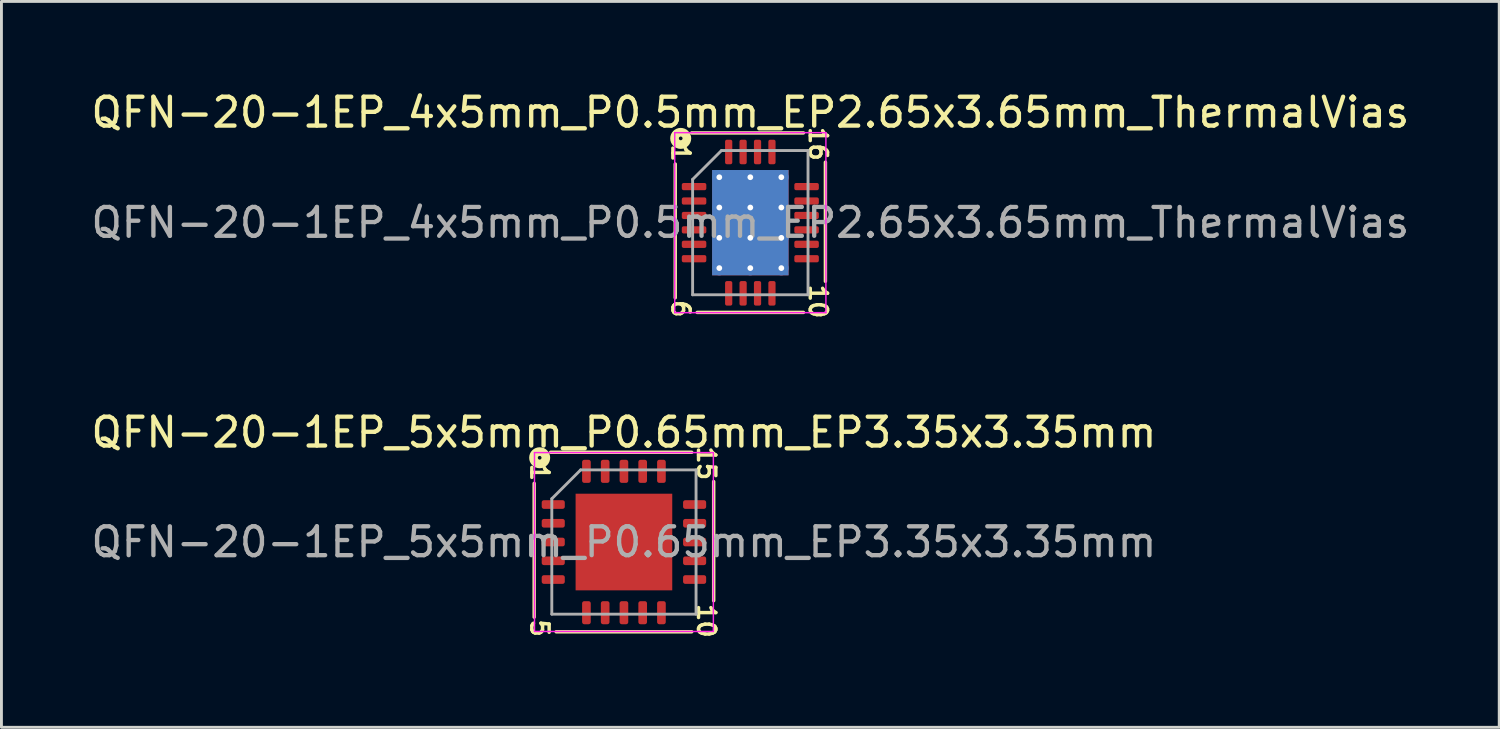
<source format=kicad_pcb>
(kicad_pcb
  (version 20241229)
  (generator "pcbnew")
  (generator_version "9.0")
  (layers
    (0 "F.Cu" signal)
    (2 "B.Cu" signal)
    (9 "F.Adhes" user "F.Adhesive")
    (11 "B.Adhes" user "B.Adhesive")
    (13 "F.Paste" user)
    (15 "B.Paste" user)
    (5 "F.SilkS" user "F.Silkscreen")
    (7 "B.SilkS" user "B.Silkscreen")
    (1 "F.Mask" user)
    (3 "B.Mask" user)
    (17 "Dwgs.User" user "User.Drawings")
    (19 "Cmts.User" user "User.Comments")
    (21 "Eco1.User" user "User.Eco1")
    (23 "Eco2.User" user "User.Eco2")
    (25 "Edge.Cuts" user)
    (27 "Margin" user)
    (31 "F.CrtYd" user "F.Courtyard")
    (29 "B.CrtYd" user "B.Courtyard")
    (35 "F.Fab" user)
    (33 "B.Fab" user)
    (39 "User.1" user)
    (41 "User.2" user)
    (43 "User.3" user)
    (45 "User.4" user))
  (footprint "QFN-20-1EP_5x5mm_P0.65mm_EP3.35x3.35mm"
    (layer "F.Cu")
    (at 18.577 15.738)
    (property "Reference" "QFN-20-1EP_5x5mm_P0.65mm_EP3.35x3.35mm" (at 0 -3.8 0) (layer "F.SilkS") (effects (font (size 1 1) (thickness 0.15))))
    (attr smd)
    (fp_line (start -3.111 -2.032) (end -3.111 2.603) (stroke (width 0.12) (type solid)) (layer "F.SilkS"))
    (fp_line (start -2.349 3.111) (end 2.349 3.111) (stroke (width 0.12) (type solid)) (layer "F.SilkS"))
    (fp_line (start 2.349 -3.111) (end -2.54 -3.111) (stroke (width 0.12) (type solid)) (layer "F.SilkS"))
    (fp_line (start 3.111 2.032) (end 3.111 -2.095) (stroke (width 0.12) (type solid)) (layer "F.SilkS"))
    (fp_circle (center -2.921 -2.921) (end -2.857 -2.921) (stroke (width 0.3) (type solid)) (fill no) (layer "F.SilkS"))
    (fp_line (start -3.1 -3.1) (end -3.1 3.1) (stroke (width 0.05) (type solid)) (layer "F.CrtYd"))
    (fp_line (start -3.1 3.1) (end 3.1 3.1) (stroke (width 0.05) (type solid)) (layer "F.CrtYd"))
    (fp_line (start 3.1 -3.1) (end -3.1 -3.1) (stroke (width 0.05) (type solid)) (layer "F.CrtYd"))
    (fp_line (start 3.1 3.1) (end 3.1 -3.1) (stroke (width 0.05) (type solid)) (layer "F.CrtYd"))
    (fp_line (start -2.5 -1.5) (end -1.5 -2.5) (stroke (width 0.1) (type solid)) (layer "F.Fab"))
    (fp_line (start -2.5 2.5) (end -2.5 -1.5) (stroke (width 0.1) (type solid)) (layer "F.Fab"))
    (fp_line (start -1.5 -2.5) (end 2.5 -2.5) (stroke (width 0.1) (type solid)) (layer "F.Fab"))
    (fp_line (start 2.5 -2.5) (end 2.5 2.5) (stroke (width 0.1) (type solid)) (layer "F.Fab"))
    (fp_line (start 2.5 2.5) (end -2.5 2.5) (stroke (width 0.1) (type solid)) (layer "F.Fab"))
    (fp_text user "15" (at 2.857 -2.731 270) (unlocked yes) (layer "F.SilkS") (effects (font (size 0.6 0.6) (thickness 0.12))))
    (fp_text user "10" (at 2.857 2.731 270) (unlocked yes) (layer "F.SilkS") (effects (font (size 0.6 0.6) (thickness 0.12))))
    (fp_text user "1" (at -2.921 -2.413 270) (unlocked yes) (layer "F.SilkS") (effects (font (size 0.6 0.6) (thickness 0.12))))
    (fp_text user "5" (at -2.921 2.985 270) (unlocked yes) (layer "F.SilkS") (effects (font (size 0.6 0.6) (thickness 0.12))))
    (fp_text user "${REFERENCE}" (at 0 0 0) (layer "F.Fab") (effects (font (size 1 1) (thickness 0.15))))
    (pad "" smd roundrect (at -0.84 -0.84) (size 1.35 1.35) (layers "F.Paste") (roundrect_rratio 0.185))
    (pad "" smd roundrect (at -0.84 0.84) (size 1.35 1.35) (layers "F.Paste") (roundrect_rratio 0.185))
    (pad "" smd roundrect (at 0.84 -0.84) (size 1.35 1.35) (layers "F.Paste") (roundrect_rratio 0.185))
    (pad "" smd roundrect (at 0.84 0.84) (size 1.35 1.35) (layers "F.Paste") (roundrect_rratio 0.185))
    (pad "1" smd roundrect (at -2.45 -1.3) (size 0.8 0.3) (layers "F.Cu" "F.Mask" "F.Paste") (roundrect_rratio 0.25))
    (pad "2" smd roundrect (at -2.45 -0.65) (size 0.8 0.3) (layers "F.Cu" "F.Mask" "F.Paste") (roundrect_rratio 0.25))
    (pad "3" smd roundrect (at -2.45 0) (size 0.8 0.3) (layers "F.Cu" "F.Mask" "F.Paste") (roundrect_rratio 0.25))
    (pad "4" smd roundrect (at -2.45 0.65) (size 0.8 0.3) (layers "F.Cu" "F.Mask" "F.Paste") (roundrect_rratio 0.25))
    (pad "5" smd roundrect (at -2.45 1.3) (size 0.8 0.3) (layers "F.Cu" "F.Mask" "F.Paste") (roundrect_rratio 0.25))
    (pad "6" smd roundrect (at -1.3 2.45) (size 0.3 0.8) (layers "F.Cu" "F.Mask" "F.Paste") (roundrect_rratio 0.25))
    (pad "7" smd roundrect (at -0.65 2.45) (size 0.3 0.8) (layers "F.Cu" "F.Mask" "F.Paste") (roundrect_rratio 0.25))
    (pad "8" smd roundrect (at 0 2.45) (size 0.3 0.8) (layers "F.Cu" "F.Mask" "F.Paste") (roundrect_rratio 0.25))
    (pad "9" smd roundrect (at 0.65 2.45) (size 0.3 0.8) (layers "F.Cu" "F.Mask" "F.Paste") (roundrect_rratio 0.25))
    (pad "10" smd roundrect (at 1.3 2.45) (size 0.3 0.8) (layers "F.Cu" "F.Mask" "F.Paste") (roundrect_rratio 0.25))
    (pad "11" smd roundrect (at 2.45 1.3) (size 0.8 0.3) (layers "F.Cu" "F.Mask" "F.Paste") (roundrect_rratio 0.25))
    (pad "12" smd roundrect (at 2.45 0.65) (size 0.8 0.3) (layers "F.Cu" "F.Mask" "F.Paste") (roundrect_rratio 0.25))
    (pad "13" smd roundrect (at 2.45 0) (size 0.8 0.3) (layers "F.Cu" "F.Mask" "F.Paste") (roundrect_rratio 0.25))
    (pad "14" smd roundrect (at 2.45 -0.65) (size 0.8 0.3) (layers "F.Cu" "F.Mask" "F.Paste") (roundrect_rratio 0.25))
    (pad "15" smd roundrect (at 2.45 -1.3) (size 0.8 0.3) (layers "F.Cu" "F.Mask" "F.Paste") (roundrect_rratio 0.25))
    (pad "16" smd roundrect (at 1.3 -2.45) (size 0.3 0.8) (layers "F.Cu" "F.Mask" "F.Paste") (roundrect_rratio 0.25))
    (pad "17" smd roundrect (at 0.65 -2.45) (size 0.3 0.8) (layers "F.Cu" "F.Mask" "F.Paste") (roundrect_rratio 0.25))
    (pad "18" smd roundrect (at 0 -2.45) (size 0.3 0.8) (layers "F.Cu" "F.Mask" "F.Paste") (roundrect_rratio 0.25))
    (pad "19" smd roundrect (at -0.65 -2.45) (size 0.3 0.8) (layers "F.Cu" "F.Mask" "F.Paste") (roundrect_rratio 0.25))
    (pad "20" smd roundrect (at -1.3 -2.45) (size 0.3 0.8) (layers "F.Cu" "F.Mask" "F.Paste") (roundrect_rratio 0.25))
    (pad "21" smd rect (at 0 0) (size 3.35 3.35) (layers "F.Cu" "F.Mask")))
  (footprint "QFN-20-1EP_4x5mm_P0.5mm_EP2.65x3.65mm_ThermalVias"
    (layer "F.Cu")
    (at 22.958 4.668)
    (property "Reference" "QFN-20-1EP_4x5mm_P0.5mm_EP2.65x3.65mm_ThermalVias" (at 0 -3.82 0) (layer "F.SilkS") (effects (font (size 1 1) (thickness 0.15))))
    (attr smd)
    (fp_line (start -2.603 -2.032) (end -2.603 2.603) (stroke (width 0.12) (type solid)) (layer "F.SilkS"))
    (fp_line (start -1.841 3.111) (end 1.841 3.111) (stroke (width 0.12) (type solid)) (layer "F.SilkS"))
    (fp_line (start 1.841 -3.111) (end -2.032 -3.111) (stroke (width 0.12) (type solid)) (layer "F.SilkS"))
    (fp_line (start 2.603 2.032) (end 2.603 -2.095) (stroke (width 0.12) (type solid)) (layer "F.SilkS"))
    (fp_circle (center -2.413 -2.921) (end -2.349 -2.921) (stroke (width 0.3) (type solid)) (fill no) (layer "F.SilkS"))
    (fp_line (start -2.62 -3.12) (end -2.62 3.12) (stroke (width 0.05) (type solid)) (layer "F.CrtYd"))
    (fp_line (start -2.62 3.12) (end 2.62 3.12) (stroke (width 0.05) (type solid)) (layer "F.CrtYd"))
    (fp_line (start 2.62 -3.12) (end -2.62 -3.12) (stroke (width 0.05) (type solid)) (layer "F.CrtYd"))
    (fp_line (start 2.62 3.12) (end 2.62 -3.12) (stroke (width 0.05) (type solid)) (layer "F.CrtYd"))
    (fp_line (start -2 -1.5) (end -1 -2.5) (stroke (width 0.1) (type solid)) (layer "F.Fab"))
    (fp_line (start -2 2.5) (end -2 -1.5) (stroke (width 0.1) (type solid)) (layer "F.Fab"))
    (fp_line (start -1 -2.5) (end 2 -2.5) (stroke (width 0.1) (type solid)) (layer "F.Fab"))
    (fp_line (start 2 -2.5) (end 2 2.5) (stroke (width 0.1) (type solid)) (layer "F.Fab"))
    (fp_line (start 2 2.5) (end -2 2.5) (stroke (width 0.1) (type solid)) (layer "F.Fab"))
    (fp_text user "10" (at 2.349 2.731 270) (unlocked yes) (layer "F.SilkS") (effects (font (size 0.6 0.6) (thickness 0.12))))
    (fp_text user "6" (at -2.413 2.985 270) (unlocked yes) (layer "F.SilkS") (effects (font (size 0.6 0.6) (thickness 0.12))))
    (fp_text user "16" (at 2.349 -2.731 270) (unlocked yes) (layer "F.SilkS") (effects (font (size 0.6 0.6) (thickness 0.12))))
    (fp_text user "1" (at -2.413 -2.413 270) (unlocked yes) (layer "F.SilkS") (effects (font (size 0.6 0.6) (thickness 0.12))))
    (fp_text user "${REFERENCE}" (at 0 0 0) (layer "F.Fab") (effects (font (size 1 1) (thickness 0.15))))
    (pad "" smd custom (at -0.537 -1.05) (size 0.787 0.787) (layers "F.Paste") (options (anchor circle)) (primitives (gr_poly (pts (xy 0.376 -0.241) (xy 0.376 0.241) (xy 0.281 0.336) (xy -0.281 0.336) (xy -0.376 0.241) (xy -0.376 -0.241) (xy -0.281 -0.336) (xy 0.281 -0.336)) (width 0.23) (fill yes))))
    (pad "" smd custom (at -0.537 0) (size 0.787 0.787) (layers "F.Paste") (options (anchor circle)) (primitives (gr_poly (pts (xy 0.376 -0.241) (xy 0.376 0.241) (xy 0.281 0.336) (xy -0.281 0.336) (xy -0.376 0.241) (xy -0.376 -0.241) (xy -0.281 -0.336) (xy 0.281 -0.336)) (width 0.23) (fill yes))))
    (pad "" smd custom (at -0.537 1.05) (size 0.787 0.787) (layers "F.Paste") (options (anchor circle)) (primitives (gr_poly (pts (xy 0.376 -0.241) (xy 0.376 0.241) (xy 0.281 0.336) (xy -0.281 0.336) (xy -0.376 0.241) (xy -0.376 -0.241) (xy -0.281 -0.336) (xy 0.281 -0.336)) (width 0.23) (fill yes))))
    (pad "" smd custom (at 0.537 -1.05) (size 0.787 0.787) (layers "F.Paste") (options (anchor circle)) (primitives (gr_poly (pts (xy 0.376 -0.241) (xy 0.376 0.241) (xy 0.281 0.336) (xy -0.281 0.336) (xy -0.376 0.241) (xy -0.376 -0.241) (xy -0.281 -0.336) (xy 0.281 -0.336)) (width 0.23) (fill yes))))
    (pad "" smd custom (at 0.537 0) (size 0.787 0.787) (layers "F.Paste") (options (anchor circle)) (primitives (gr_poly (pts (xy 0.376 -0.241) (xy 0.376 0.241) (xy 0.281 0.336) (xy -0.281 0.336) (xy -0.376 0.241) (xy -0.376 -0.241) (xy -0.281 -0.336) (xy 0.281 -0.336)) (width 0.23) (fill yes))))
    (pad "" smd custom (at 0.537 1.05) (size 0.787 0.787) (layers "F.Paste") (options (anchor circle)) (primitives (gr_poly (pts (xy 0.376 -0.241) (xy 0.376 0.241) (xy 0.281 0.336) (xy -0.281 0.336) (xy -0.376 0.241) (xy -0.376 -0.241) (xy -0.281 -0.336) (xy 0.281 -0.336)) (width 0.23) (fill yes))))
    (pad "1" smd roundrect (at -1.95 -1.25) (size 0.85 0.25) (layers "F.Cu" "F.Mask" "F.Paste") (roundrect_rratio 0.25))
    (pad "2" smd roundrect (at -1.95 -0.75) (size 0.85 0.25) (layers "F.Cu" "F.Mask" "F.Paste") (roundrect_rratio 0.25))
    (pad "3" smd roundrect (at -1.95 -0.25) (size 0.85 0.25) (layers "F.Cu" "F.Mask" "F.Paste") (roundrect_rratio 0.25))
    (pad "4" smd roundrect (at -1.95 0.25) (size 0.85 0.25) (layers "F.Cu" "F.Mask" "F.Paste") (roundrect_rratio 0.25))
    (pad "5" smd roundrect (at -1.95 0.75) (size 0.85 0.25) (layers "F.Cu" "F.Mask" "F.Paste") (roundrect_rratio 0.25))
    (pad "6" smd roundrect (at -1.95 1.25) (size 0.85 0.25) (layers "F.Cu" "F.Mask" "F.Paste") (roundrect_rratio 0.25))
    (pad "7" smd roundrect (at -0.75 2.45) (size 0.25 0.85) (layers "F.Cu" "F.Mask" "F.Paste") (roundrect_rratio 0.25))
    (pad "8" smd roundrect (at -0.25 2.45) (size 0.25 0.85) (layers "F.Cu" "F.Mask" "F.Paste") (roundrect_rratio 0.25))
    (pad "9" smd roundrect (at 0.25 2.45) (size 0.25 0.85) (layers "F.Cu" "F.Mask" "F.Paste") (roundrect_rratio 0.25))
    (pad "10" smd roundrect (at 0.75 2.45) (size 0.25 0.85) (layers "F.Cu" "F.Mask" "F.Paste") (roundrect_rratio 0.25))
    (pad "11" smd roundrect (at 1.95 1.25) (size 0.85 0.25) (layers "F.Cu" "F.Mask" "F.Paste") (roundrect_rratio 0.25))
    (pad "12" smd roundrect (at 1.95 0.75) (size 0.85 0.25) (layers "F.Cu" "F.Mask" "F.Paste") (roundrect_rratio 0.25))
    (pad "13" smd roundrect (at 1.95 0.25) (size 0.85 0.25) (layers "F.Cu" "F.Mask" "F.Paste") (roundrect_rratio 0.25))
    (pad "14" smd roundrect (at 1.95 -0.25) (size 0.85 0.25) (layers "F.Cu" "F.Mask" "F.Paste") (roundrect_rratio 0.25))
    (pad "15" smd roundrect (at 1.95 -0.75) (size 0.85 0.25) (layers "F.Cu" "F.Mask" "F.Paste") (roundrect_rratio 0.25))
    (pad "16" smd roundrect (at 1.95 -1.25) (size 0.85 0.25) (layers "F.Cu" "F.Mask" "F.Paste") (roundrect_rratio 0.25))
    (pad "17" smd roundrect (at 0.75 -2.45) (size 0.25 0.85) (layers "F.Cu" "F.Mask" "F.Paste") (roundrect_rratio 0.25))
    (pad "18" smd roundrect (at 0.25 -2.45) (size 0.25 0.85) (layers "F.Cu" "F.Mask" "F.Paste") (roundrect_rratio 0.25))
    (pad "19" smd roundrect (at -0.25 -2.45) (size 0.25 0.85) (layers "F.Cu" "F.Mask" "F.Paste") (roundrect_rratio 0.25))
    (pad "20" smd roundrect (at -0.75 -2.45) (size 0.25 0.85) (layers "F.Cu" "F.Mask" "F.Paste") (roundrect_rratio 0.25))
    (pad "21" thru_hole circle (at -1.075 -1.575) (size 0.5 0.5) (drill 0.2) (layers "*.Cu"))
    (pad "21" thru_hole circle (at -1.075 -0.525) (size 0.5 0.5) (drill 0.2) (layers "*.Cu"))
    (pad "21" thru_hole circle (at -1.075 0.525) (size 0.5 0.5) (drill 0.2) (layers "*.Cu"))
    (pad "21" thru_hole circle (at -1.075 1.575) (size 0.5 0.5) (drill 0.2) (layers "*.Cu"))
    (pad "21" thru_hole circle (at 0 -1.575) (size 0.5 0.5) (drill 0.2) (layers "*.Cu"))
    (pad "21" thru_hole circle (at 0 -0.525) (size 0.5 0.5) (drill 0.2) (layers "*.Cu"))
    (pad "21" smd rect (at 0 0) (size 2.65 3.65) (layers "F.Cu" "F.Mask"))
    (pad "21" smd rect (at 0 0) (size 2.65 3.65) (layers "B.Cu" "B.Mask"))
    (pad "21" thru_hole circle (at 0 0.525) (size 0.5 0.5) (drill 0.2) (layers "*.Cu"))
    (pad "21" thru_hole circle (at 0 1.575) (size 0.5 0.5) (drill 0.2) (layers "*.Cu"))
    (pad "21" thru_hole circle (at 1.075 -1.575) (size 0.5 0.5) (drill 0.2) (layers "*.Cu"))
    (pad "21" thru_hole circle (at 1.075 -0.525) (size 0.5 0.5) (drill 0.2) (layers "*.Cu"))
    (pad "21" thru_hole circle (at 1.075 0.525) (size 0.5 0.5) (drill 0.2) (layers "*.Cu"))
    (pad "21" thru_hole circle (at 1.075 1.575) (size 0.5 0.5) (drill 0.2) (layers "*.Cu")))
  (gr_rect
    (start -3 -3)
    (end 48.917 22.16)
    (stroke (width 0.1) (type default))
    (fill no)
    (layer "Edge.Cuts")))
</source>
